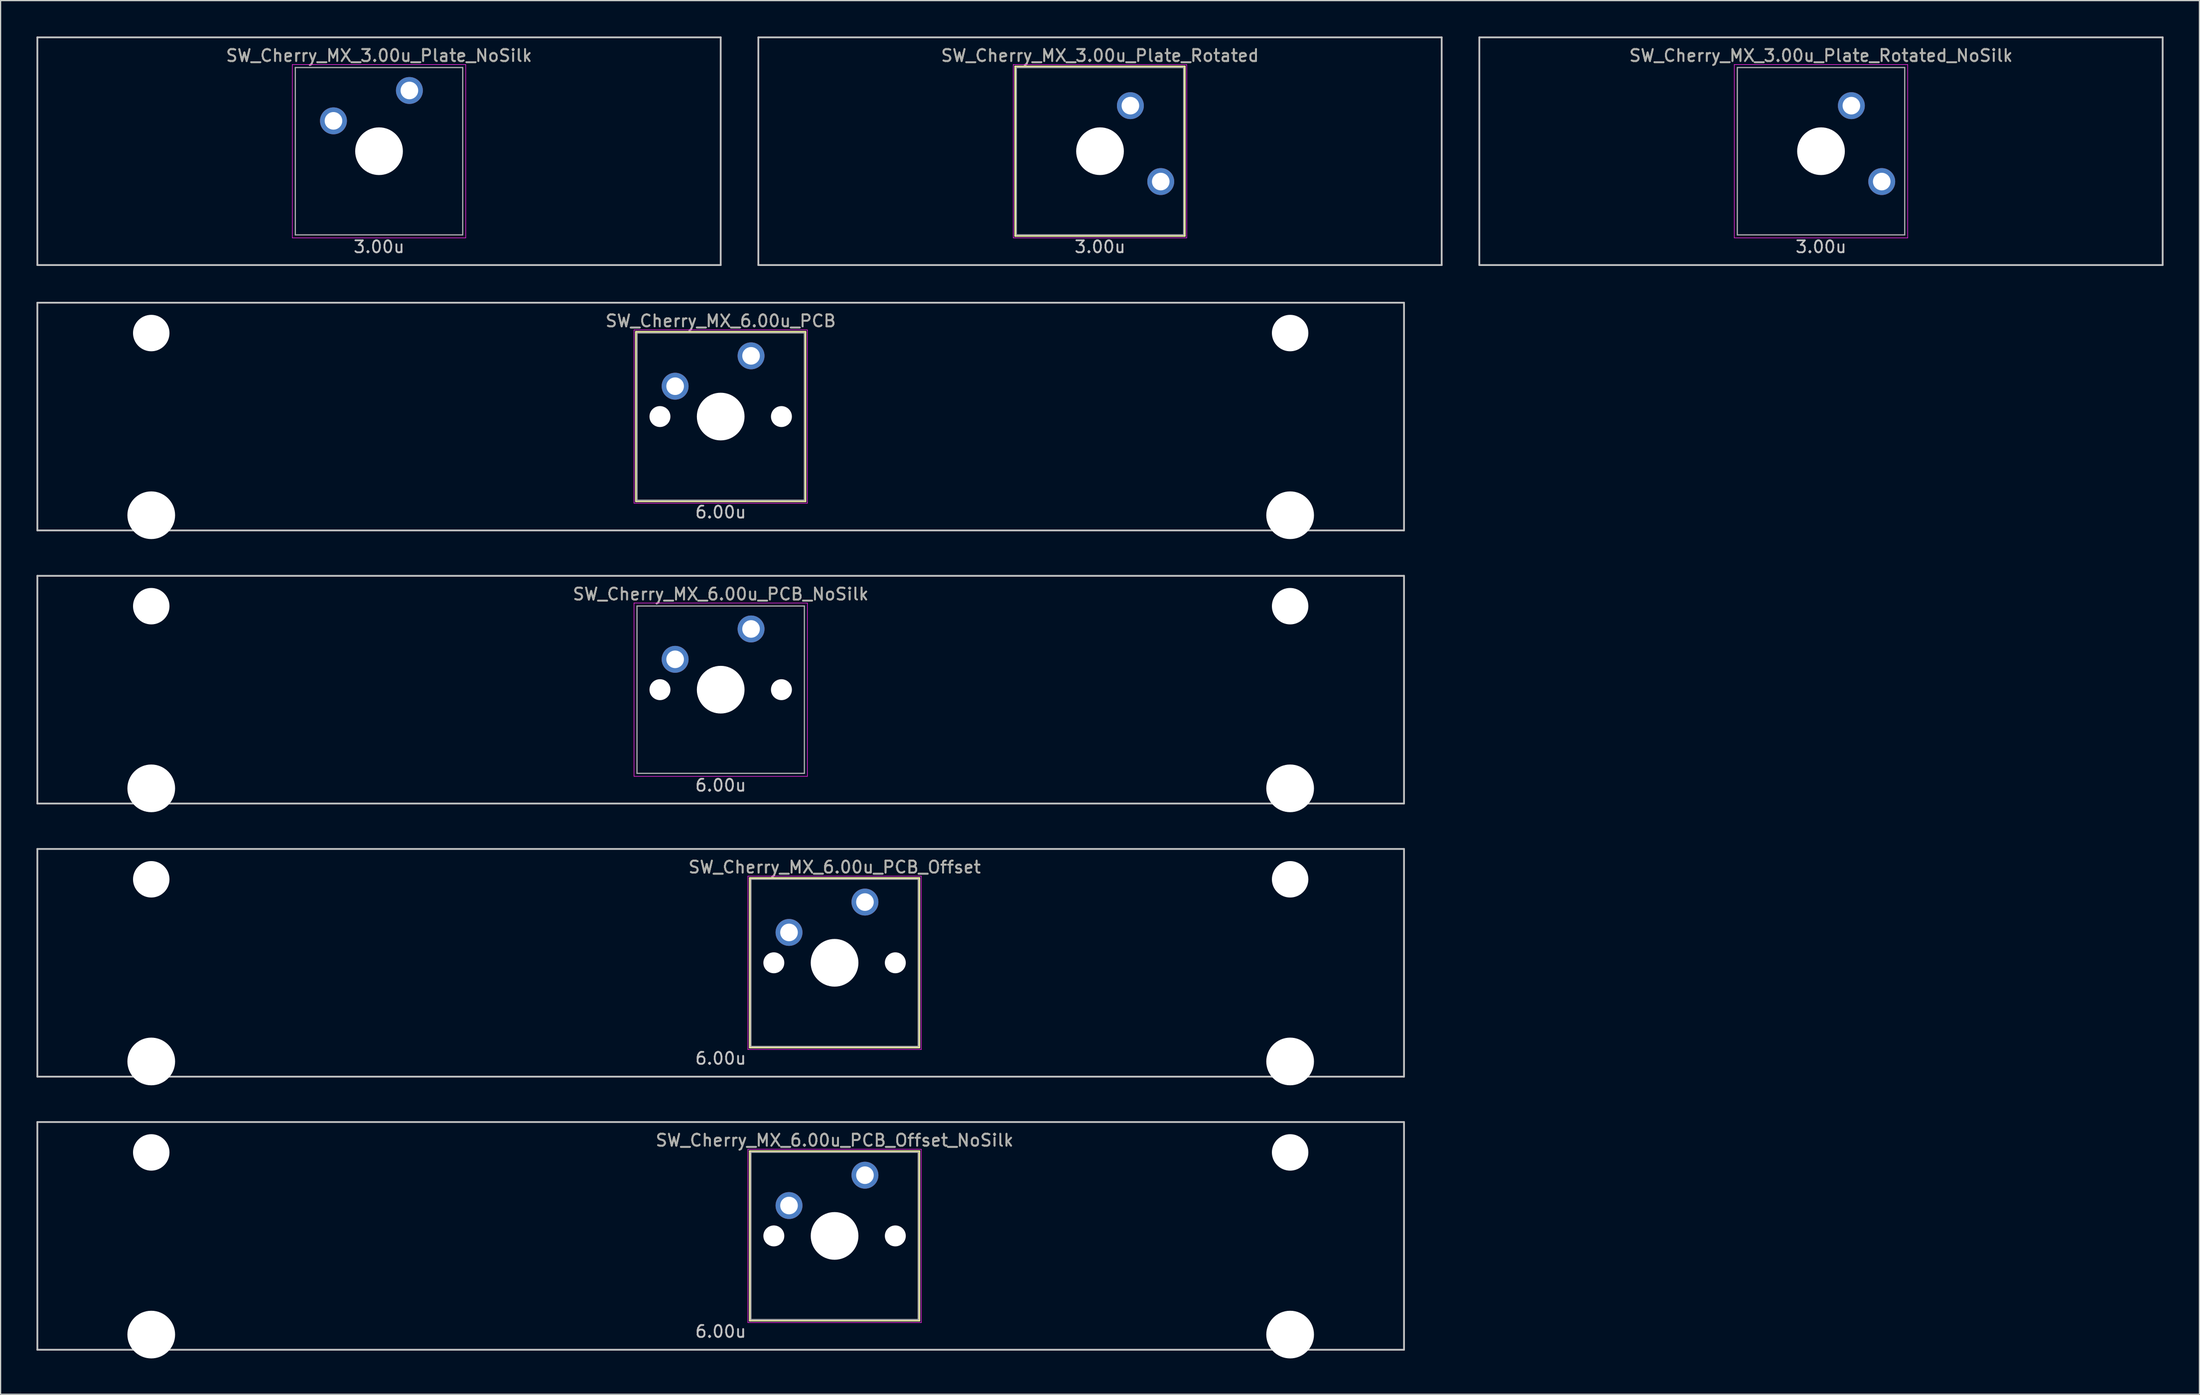
<source format=kicad_pcb>
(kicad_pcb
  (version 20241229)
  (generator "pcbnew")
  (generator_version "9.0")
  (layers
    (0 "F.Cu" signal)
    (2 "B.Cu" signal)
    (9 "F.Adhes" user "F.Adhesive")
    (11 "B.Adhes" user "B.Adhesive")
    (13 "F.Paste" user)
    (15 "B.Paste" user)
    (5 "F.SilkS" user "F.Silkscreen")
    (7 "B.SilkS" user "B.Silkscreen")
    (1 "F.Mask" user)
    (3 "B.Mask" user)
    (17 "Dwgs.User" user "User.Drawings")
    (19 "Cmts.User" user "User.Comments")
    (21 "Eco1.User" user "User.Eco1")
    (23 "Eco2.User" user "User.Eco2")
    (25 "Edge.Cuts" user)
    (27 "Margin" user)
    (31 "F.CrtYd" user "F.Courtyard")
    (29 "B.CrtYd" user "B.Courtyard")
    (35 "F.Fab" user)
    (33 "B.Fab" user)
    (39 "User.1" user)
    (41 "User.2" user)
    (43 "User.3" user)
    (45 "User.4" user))
  (footprint "SW_Cherry_MX_3.00u_Plate_Rotated"
    (layer "F.Cu")
    (at 88.95 9.6)
    (property "Reference" "SW_Cherry_MX_3.00u_Plate_Rotated" (at 0 -8 0) (layer "F.SilkS") (effects (font (size 1 1) (thickness 0.15))))
    (attr through_hole)
    (fp_line (start -7.1 -7.1) (end 7.1 -7.1) (stroke (width 0.12) (type solid)) (layer "F.SilkS"))
    (fp_line (start -7.1 7.1) (end -7.1 -7.1) (stroke (width 0.12) (type solid)) (layer "F.SilkS"))
    (fp_line (start 7.1 -7.1) (end 7.1 7.1) (stroke (width 0.12) (type solid)) (layer "F.SilkS"))
    (fp_line (start 7.1 7.1) (end -7.1 7.1) (stroke (width 0.12) (type solid)) (layer "F.SilkS"))
    (fp_line (start -28.575 -9.525) (end 28.575 -9.525) (stroke (width 0.15) (type solid)) (layer "Dwgs.User"))
    (fp_line (start -28.575 9.525) (end -28.575 -9.525) (stroke (width 0.15) (type solid)) (layer "Dwgs.User"))
    (fp_line (start -28.575 9.525) (end 28.575 9.525) (stroke (width 0.15) (type solid)) (layer "Dwgs.User"))
    (fp_line (start 28.575 -9.525) (end 28.575 9.525) (stroke (width 0.15) (type solid)) (layer "Dwgs.User"))
    (fp_line (start -7.25 -7.25) (end 7.25 -7.25) (stroke (width 0.05) (type solid)) (layer "F.CrtYd"))
    (fp_line (start -7.25 7.25) (end -7.25 -7.25) (stroke (width 0.05) (type solid)) (layer "F.CrtYd"))
    (fp_line (start 7.25 -7.25) (end 7.25 7.25) (stroke (width 0.05) (type solid)) (layer "F.CrtYd"))
    (fp_line (start 7.25 7.25) (end -7.25 7.25) (stroke (width 0.05) (type solid)) (layer "F.CrtYd"))
    (fp_line (start -7 -7) (end 7 -7) (stroke (width 0.1) (type solid)) (layer "F.Fab"))
    (fp_line (start -7 7) (end -7 -7) (stroke (width 0.1) (type solid)) (layer "F.Fab"))
    (fp_line (start 7 -7) (end 7 7) (stroke (width 0.1) (type solid)) (layer "F.Fab"))
    (fp_line (start 7 7) (end -7 7) (stroke (width 0.1) (type solid)) (layer "F.Fab"))
    (fp_text user "3.00u" (at 0 8 0) (layer "Dwgs.User") (effects (font (size 1 1) (thickness 0.15))))
    (fp_text user "${REFERENCE}" (at 0 -8 0) (layer "F.Fab") (effects (font (size 1 1) (thickness 0.15))))
    (pad "" np_thru_hole circle (at 0 0 270) (size 3.988 3.988) (drill 3.988) (layers "*.Cu" "*.Mask"))
    (pad "1" thru_hole circle (at 2.54 -3.81 318.1) (size 2.25 2.25) (drill 1.47) (layers "*.Cu" "B.Mask"))
    (pad "2" thru_hole circle (at 5.08 2.54 270) (size 2.25 2.25) (drill 1.47) (layers "*.Cu" "B.Mask")))
  (footprint "SW_Cherry_MX_6.00u_PCB_Offset_NoSilk"
    (layer "F.Cu")
    (at 57.225 100.347)
    (property "Reference" "SW_Cherry_MX_6.00u_PCB_Offset_NoSilk" (at 9.525 -8 0) (layer "F.SilkS") (effects (font (size 1 1) (thickness 0.15))))
    (attr through_hole)
    (fp_line (start 2.425 -7.1) (end 16.625 -7.1) (stroke (width 0.12) (type solid)) (layer "F.SilkS"))
    (fp_line (start 2.425 7.1) (end 2.425 -7.1) (stroke (width 0.12) (type solid)) (layer "F.SilkS"))
    (fp_line (start 16.625 -7.1) (end 16.625 7.1) (stroke (width 0.12) (type solid)) (layer "F.SilkS"))
    (fp_line (start 16.625 7.1) (end 2.425 7.1) (stroke (width 0.12) (type solid)) (layer "F.SilkS"))
    (fp_line (start -57.15 -9.525) (end 57.15 -9.525) (stroke (width 0.15) (type solid)) (layer "Dwgs.User"))
    (fp_line (start -57.15 9.525) (end -57.15 -9.525) (stroke (width 0.15) (type solid)) (layer "Dwgs.User"))
    (fp_line (start -57.15 9.525) (end 57.15 9.525) (stroke (width 0.15) (type solid)) (layer "Dwgs.User"))
    (fp_line (start 57.15 -9.525) (end 57.15 9.525) (stroke (width 0.15) (type solid)) (layer "Dwgs.User"))
    (fp_line (start 2.275 -7.25) (end 16.775 -7.25) (stroke (width 0.05) (type solid)) (layer "F.CrtYd"))
    (fp_line (start 2.275 7.25) (end 2.275 -7.25) (stroke (width 0.05) (type solid)) (layer "F.CrtYd"))
    (fp_line (start 16.775 -7.25) (end 16.775 7.25) (stroke (width 0.05) (type solid)) (layer "F.CrtYd"))
    (fp_line (start 16.775 7.25) (end 2.275 7.25) (stroke (width 0.05) (type solid)) (layer "F.CrtYd"))
    (fp_line (start 2.525 -7) (end 16.525 -7) (stroke (width 0.1) (type solid)) (layer "F.Fab"))
    (fp_line (start 2.525 7) (end 2.525 -7) (stroke (width 0.1) (type solid)) (layer "F.Fab"))
    (fp_line (start 16.525 -7) (end 16.525 7) (stroke (width 0.1) (type solid)) (layer "F.Fab"))
    (fp_line (start 16.525 7) (end 2.525 7) (stroke (width 0.1) (type solid)) (layer "F.Fab"))
    (fp_text user "6.00u" (at 0 8 0) (layer "Dwgs.User") (effects (font (size 1 1) (thickness 0.15))))
    (fp_text user "${REFERENCE}" (at 9.525 -8 0) (layer "F.Fab") (effects (font (size 1 1) (thickness 0.15))))
    (pad "" np_thru_hole circle (at -47.625 -6.985) (size 3.048 3.048) (drill 3.048) (layers "*.Cu" "*.Mask"))
    (pad "" np_thru_hole circle (at -47.625 8.255) (size 3.988 3.988) (drill 3.988) (layers "*.Cu" "*.Mask"))
    (pad "" np_thru_hole circle (at 4.445 0 48.1) (size 1.75 1.75) (drill 1.75) (layers "*.Cu" "*.Mask"))
    (pad "" np_thru_hole circle (at 9.525 0) (size 3.988 3.988) (drill 3.988) (layers "*.Cu" "*.Mask"))
    (pad "" np_thru_hole circle (at 14.605 0 48.1) (size 1.75 1.75) (drill 1.75) (layers "*.Cu" "*.Mask"))
    (pad "" np_thru_hole circle (at 47.625 -6.985) (size 3.048 3.048) (drill 3.048) (layers "*.Cu" "*.Mask"))
    (pad "" np_thru_hole circle (at 47.625 8.255) (size 3.988 3.988) (drill 3.988) (layers "*.Cu" "*.Mask"))
    (pad "1" thru_hole circle (at 5.715 -2.54) (size 2.25 2.25) (drill 1.47) (layers "*.Cu" "B.Mask"))
    (pad "2" thru_hole circle (at 12.065 -5.08) (size 2.25 2.25) (drill 1.47) (layers "*.Cu" "B.Mask")))
  (footprint "SW_Cherry_MX_6.00u_PCB"
    (layer "F.Cu")
    (at 57.225 31.8)
    (property "Reference" "SW_Cherry_MX_6.00u_PCB" (at 0 -8 0) (layer "F.SilkS") (effects (font (size 1 1) (thickness 0.15))))
    (attr through_hole)
    (fp_line (start -7.1 -7.1) (end 7.1 -7.1) (stroke (width 0.12) (type solid)) (layer "F.SilkS"))
    (fp_line (start -7.1 7.1) (end -7.1 -7.1) (stroke (width 0.12) (type solid)) (layer "F.SilkS"))
    (fp_line (start 7.1 -7.1) (end 7.1 7.1) (stroke (width 0.12) (type solid)) (layer "F.SilkS"))
    (fp_line (start 7.1 7.1) (end -7.1 7.1) (stroke (width 0.12) (type solid)) (layer "F.SilkS"))
    (fp_line (start -57.15 -9.525) (end 57.15 -9.525) (stroke (width 0.15) (type solid)) (layer "Dwgs.User"))
    (fp_line (start -57.15 9.525) (end -57.15 -9.525) (stroke (width 0.15) (type solid)) (layer "Dwgs.User"))
    (fp_line (start -57.15 9.525) (end 57.15 9.525) (stroke (width 0.15) (type solid)) (layer "Dwgs.User"))
    (fp_line (start 57.15 -9.525) (end 57.15 9.525) (stroke (width 0.15) (type solid)) (layer "Dwgs.User"))
    (fp_line (start -7.25 -7.25) (end 7.25 -7.25) (stroke (width 0.05) (type solid)) (layer "F.CrtYd"))
    (fp_line (start -7.25 7.25) (end -7.25 -7.25) (stroke (width 0.05) (type solid)) (layer "F.CrtYd"))
    (fp_line (start 7.25 -7.25) (end 7.25 7.25) (stroke (width 0.05) (type solid)) (layer "F.CrtYd"))
    (fp_line (start 7.25 7.25) (end -7.25 7.25) (stroke (width 0.05) (type solid)) (layer "F.CrtYd"))
    (fp_line (start -7 -7) (end 7 -7) (stroke (width 0.1) (type solid)) (layer "F.Fab"))
    (fp_line (start -7 7) (end -7 -7) (stroke (width 0.1) (type solid)) (layer "F.Fab"))
    (fp_line (start 7 -7) (end 7 7) (stroke (width 0.1) (type solid)) (layer "F.Fab"))
    (fp_line (start 7 7) (end -7 7) (stroke (width 0.1) (type solid)) (layer "F.Fab"))
    (fp_text user "6.00u" (at 0 8 0) (layer "Dwgs.User") (effects (font (size 1 1) (thickness 0.15))))
    (fp_text user "${REFERENCE}" (at 0 -8 0) (layer "F.Fab") (effects (font (size 1 1) (thickness 0.15))))
    (pad "" np_thru_hole circle (at -47.625 -6.985) (size 3.048 3.048) (drill 3.048) (layers "*.Cu" "*.Mask"))
    (pad "" np_thru_hole circle (at -47.625 8.255) (size 3.988 3.988) (drill 3.988) (layers "*.Cu" "*.Mask"))
    (pad "" np_thru_hole circle (at -5.08 0 48.1) (size 1.75 1.75) (drill 1.75) (layers "*.Cu" "*.Mask"))
    (pad "" np_thru_hole circle (at 0 0) (size 3.988 3.988) (drill 3.988) (layers "*.Cu" "*.Mask"))
    (pad "" np_thru_hole circle (at 5.08 0 48.1) (size 1.75 1.75) (drill 1.75) (layers "*.Cu" "*.Mask"))
    (pad "" np_thru_hole circle (at 47.625 -6.985) (size 3.048 3.048) (drill 3.048) (layers "*.Cu" "*.Mask"))
    (pad "" np_thru_hole circle (at 47.625 8.255) (size 3.988 3.988) (drill 3.988) (layers "*.Cu" "*.Mask"))
    (pad "1" thru_hole circle (at -3.81 -2.54) (size 2.25 2.25) (drill 1.47) (layers "*.Cu" "B.Mask"))
    (pad "2" thru_hole circle (at 2.54 -5.08) (size 2.25 2.25) (drill 1.47) (layers "*.Cu" "B.Mask")))
  (footprint "SW_Cherry_MX_3.00u_Plate_NoSilk"
    (layer "F.Cu")
    (at 28.65 9.6)
    (property "Reference" "SW_Cherry_MX_3.00u_Plate_NoSilk" (at 0 -8 0) (layer "F.SilkS") (effects (font (size 1 1) (thickness 0.15))))
    (attr through_hole)
    (fp_line (start -28.575 -9.525) (end 28.575 -9.525) (stroke (width 0.15) (type solid)) (layer "Dwgs.User"))
    (fp_line (start -28.575 9.525) (end -28.575 -9.525) (stroke (width 0.15) (type solid)) (layer "Dwgs.User"))
    (fp_line (start -28.575 9.525) (end 28.575 9.525) (stroke (width 0.15) (type solid)) (layer "Dwgs.User"))
    (fp_line (start 28.575 -9.525) (end 28.575 9.525) (stroke (width 0.15) (type solid)) (layer "Dwgs.User"))
    (fp_line (start -7.25 -7.25) (end 7.25 -7.25) (stroke (width 0.05) (type solid)) (layer "F.CrtYd"))
    (fp_line (start -7.25 7.25) (end -7.25 -7.25) (stroke (width 0.05) (type solid)) (layer "F.CrtYd"))
    (fp_line (start 7.25 -7.25) (end 7.25 7.25) (stroke (width 0.05) (type solid)) (layer "F.CrtYd"))
    (fp_line (start 7.25 7.25) (end -7.25 7.25) (stroke (width 0.05) (type solid)) (layer "F.CrtYd"))
    (fp_line (start -7 -7) (end 7 -7) (stroke (width 0.1) (type solid)) (layer "F.Fab"))
    (fp_line (start -7 7) (end -7 -7) (stroke (width 0.1) (type solid)) (layer "F.Fab"))
    (fp_line (start 7 -7) (end 7 7) (stroke (width 0.1) (type solid)) (layer "F.Fab"))
    (fp_line (start 7 7) (end -7 7) (stroke (width 0.1) (type solid)) (layer "F.Fab"))
    (fp_text user "3.00u" (at 0 8 0) (layer "Dwgs.User") (effects (font (size 1 1) (thickness 0.15))))
    (fp_text user "${REFERENCE}" (at 0 -8 0) (layer "F.Fab") (effects (font (size 1 1) (thickness 0.15))))
    (pad "" np_thru_hole circle (at 0 0) (size 3.988 3.988) (drill 3.988) (layers "*.Cu" "*.Mask"))
    (pad "1" thru_hole circle (at -3.81 -2.54 48.1) (size 2.25 2.25) (drill 1.47) (layers "*.Cu" "B.Mask"))
    (pad "2" thru_hole circle (at 2.54 -5.08) (size 2.25 2.25) (drill 1.47) (layers "*.Cu" "B.Mask")))
  (footprint "SW_Cherry_MX_6.00u_PCB_NoSilk"
    (layer "F.Cu")
    (at 57.225 54.649)
    (property "Reference" "SW_Cherry_MX_6.00u_PCB_NoSilk" (at 0 -8 0) (layer "F.SilkS") (effects (font (size 1 1) (thickness 0.15))))
    (attr through_hole)
    (fp_line (start -57.15 -9.525) (end 57.15 -9.525) (stroke (width 0.15) (type solid)) (layer "Dwgs.User"))
    (fp_line (start -57.15 9.525) (end -57.15 -9.525) (stroke (width 0.15) (type solid)) (layer "Dwgs.User"))
    (fp_line (start -57.15 9.525) (end 57.15 9.525) (stroke (width 0.15) (type solid)) (layer "Dwgs.User"))
    (fp_line (start 57.15 -9.525) (end 57.15 9.525) (stroke (width 0.15) (type solid)) (layer "Dwgs.User"))
    (fp_line (start -7.25 -7.25) (end 7.25 -7.25) (stroke (width 0.05) (type solid)) (layer "F.CrtYd"))
    (fp_line (start -7.25 7.25) (end -7.25 -7.25) (stroke (width 0.05) (type solid)) (layer "F.CrtYd"))
    (fp_line (start 7.25 -7.25) (end 7.25 7.25) (stroke (width 0.05) (type solid)) (layer "F.CrtYd"))
    (fp_line (start 7.25 7.25) (end -7.25 7.25) (stroke (width 0.05) (type solid)) (layer "F.CrtYd"))
    (fp_line (start -7 -7) (end 7 -7) (stroke (width 0.1) (type solid)) (layer "F.Fab"))
    (fp_line (start -7 7) (end -7 -7) (stroke (width 0.1) (type solid)) (layer "F.Fab"))
    (fp_line (start 7 -7) (end 7 7) (stroke (width 0.1) (type solid)) (layer "F.Fab"))
    (fp_line (start 7 7) (end -7 7) (stroke (width 0.1) (type solid)) (layer "F.Fab"))
    (fp_text user "6.00u" (at 0 8 0) (layer "Dwgs.User") (effects (font (size 1 1) (thickness 0.15))))
    (fp_text user "${REFERENCE}" (at 0 -8 0) (layer "F.Fab") (effects (font (size 1 1) (thickness 0.15))))
    (pad "" np_thru_hole circle (at -47.625 -6.985) (size 3.048 3.048) (drill 3.048) (layers "*.Cu" "*.Mask"))
    (pad "" np_thru_hole circle (at -47.625 8.255) (size 3.988 3.988) (drill 3.988) (layers "*.Cu" "*.Mask"))
    (pad "" np_thru_hole circle (at -5.08 0 48.1) (size 1.75 1.75) (drill 1.75) (layers "*.Cu" "*.Mask"))
    (pad "" np_thru_hole circle (at 0 0) (size 3.988 3.988) (drill 3.988) (layers "*.Cu" "*.Mask"))
    (pad "" np_thru_hole circle (at 5.08 0 48.1) (size 1.75 1.75) (drill 1.75) (layers "*.Cu" "*.Mask"))
    (pad "" np_thru_hole circle (at 47.625 -6.985) (size 3.048 3.048) (drill 3.048) (layers "*.Cu" "*.Mask"))
    (pad "" np_thru_hole circle (at 47.625 8.255) (size 3.988 3.988) (drill 3.988) (layers "*.Cu" "*.Mask"))
    (pad "1" thru_hole circle (at -3.81 -2.54) (size 2.25 2.25) (drill 1.47) (layers "*.Cu" "B.Mask"))
    (pad "2" thru_hole circle (at 2.54 -5.08) (size 2.25 2.25) (drill 1.47) (layers "*.Cu" "B.Mask")))
  (footprint "SW_Cherry_MX_6.00u_PCB_Offset"
    (layer "F.Cu")
    (at 57.225 77.498)
    (property "Reference" "SW_Cherry_MX_6.00u_PCB_Offset" (at 9.525 -8 0) (layer "F.SilkS") (effects (font (size 1 1) (thickness 0.15))))
    (attr through_hole)
    (fp_line (start 2.425 -7.1) (end 16.625 -7.1) (stroke (width 0.12) (type solid)) (layer "F.SilkS"))
    (fp_line (start 2.425 7.1) (end 2.425 -7.1) (stroke (width 0.12) (type solid)) (layer "F.SilkS"))
    (fp_line (start 16.625 -7.1) (end 16.625 7.1) (stroke (width 0.12) (type solid)) (layer "F.SilkS"))
    (fp_line (start 16.625 7.1) (end 2.425 7.1) (stroke (width 0.12) (type solid)) (layer "F.SilkS"))
    (fp_line (start -57.15 -9.525) (end 57.15 -9.525) (stroke (width 0.15) (type solid)) (layer "Dwgs.User"))
    (fp_line (start -57.15 9.525) (end -57.15 -9.525) (stroke (width 0.15) (type solid)) (layer "Dwgs.User"))
    (fp_line (start -57.15 9.525) (end 57.15 9.525) (stroke (width 0.15) (type solid)) (layer "Dwgs.User"))
    (fp_line (start 57.15 -9.525) (end 57.15 9.525) (stroke (width 0.15) (type solid)) (layer "Dwgs.User"))
    (fp_line (start 2.275 -7.25) (end 16.775 -7.25) (stroke (width 0.05) (type solid)) (layer "F.CrtYd"))
    (fp_line (start 2.275 7.25) (end 2.275 -7.25) (stroke (width 0.05) (type solid)) (layer "F.CrtYd"))
    (fp_line (start 16.775 -7.25) (end 16.775 7.25) (stroke (width 0.05) (type solid)) (layer "F.CrtYd"))
    (fp_line (start 16.775 7.25) (end 2.275 7.25) (stroke (width 0.05) (type solid)) (layer "F.CrtYd"))
    (fp_line (start 2.525 -7) (end 16.525 -7) (stroke (width 0.1) (type solid)) (layer "F.Fab"))
    (fp_line (start 2.525 7) (end 2.525 -7) (stroke (width 0.1) (type solid)) (layer "F.Fab"))
    (fp_line (start 16.525 -7) (end 16.525 7) (stroke (width 0.1) (type solid)) (layer "F.Fab"))
    (fp_line (start 16.525 7) (end 2.525 7) (stroke (width 0.1) (type solid)) (layer "F.Fab"))
    (fp_text user "6.00u" (at 0 8 0) (layer "Dwgs.User") (effects (font (size 1 1) (thickness 0.15))))
    (fp_text user "${REFERENCE}" (at 9.525 -8 0) (layer "F.Fab") (effects (font (size 1 1) (thickness 0.15))))
    (pad "" np_thru_hole circle (at -47.625 -6.985) (size 3.048 3.048) (drill 3.048) (layers "*.Cu" "*.Mask"))
    (pad "" np_thru_hole circle (at -47.625 8.255) (size 3.988 3.988) (drill 3.988) (layers "*.Cu" "*.Mask"))
    (pad "" np_thru_hole circle (at 4.445 0 48.1) (size 1.75 1.75) (drill 1.75) (layers "*.Cu" "*.Mask"))
    (pad "" np_thru_hole circle (at 9.525 0) (size 3.988 3.988) (drill 3.988) (layers "*.Cu" "*.Mask"))
    (pad "" np_thru_hole circle (at 14.605 0 48.1) (size 1.75 1.75) (drill 1.75) (layers "*.Cu" "*.Mask"))
    (pad "" np_thru_hole circle (at 47.625 -6.985) (size 3.048 3.048) (drill 3.048) (layers "*.Cu" "*.Mask"))
    (pad "" np_thru_hole circle (at 47.625 8.255) (size 3.988 3.988) (drill 3.988) (layers "*.Cu" "*.Mask"))
    (pad "1" thru_hole circle (at 5.715 -2.54) (size 2.25 2.25) (drill 1.47) (layers "*.Cu" "B.Mask"))
    (pad "2" thru_hole circle (at 12.065 -5.08) (size 2.25 2.25) (drill 1.47) (layers "*.Cu" "B.Mask")))
  (footprint "SW_Cherry_MX_3.00u_Plate_Rotated_NoSilk"
    (layer "F.Cu")
    (at 149.25 9.6)
    (property "Reference" "SW_Cherry_MX_3.00u_Plate_Rotated_NoSilk" (at 0 -8 0) (layer "F.SilkS") (effects (font (size 1 1) (thickness 0.15))))
    (attr through_hole)
    (fp_line (start -28.575 -9.525) (end 28.575 -9.525) (stroke (width 0.15) (type solid)) (layer "Dwgs.User"))
    (fp_line (start -28.575 9.525) (end -28.575 -9.525) (stroke (width 0.15) (type solid)) (layer "Dwgs.User"))
    (fp_line (start -28.575 9.525) (end 28.575 9.525) (stroke (width 0.15) (type solid)) (layer "Dwgs.User"))
    (fp_line (start 28.575 -9.525) (end 28.575 9.525) (stroke (width 0.15) (type solid)) (layer "Dwgs.User"))
    (fp_line (start -7.25 -7.25) (end 7.25 -7.25) (stroke (width 0.05) (type solid)) (layer "F.CrtYd"))
    (fp_line (start -7.25 7.25) (end -7.25 -7.25) (stroke (width 0.05) (type solid)) (layer "F.CrtYd"))
    (fp_line (start 7.25 -7.25) (end 7.25 7.25) (stroke (width 0.05) (type solid)) (layer "F.CrtYd"))
    (fp_line (start 7.25 7.25) (end -7.25 7.25) (stroke (width 0.05) (type solid)) (layer "F.CrtYd"))
    (fp_line (start -7 -7) (end 7 -7) (stroke (width 0.1) (type solid)) (layer "F.Fab"))
    (fp_line (start -7 7) (end -7 -7) (stroke (width 0.1) (type solid)) (layer "F.Fab"))
    (fp_line (start 7 -7) (end 7 7) (stroke (width 0.1) (type solid)) (layer "F.Fab"))
    (fp_line (start 7 7) (end -7 7) (stroke (width 0.1) (type solid)) (layer "F.Fab"))
    (fp_text user "3.00u" (at 0 8 0) (layer "Dwgs.User") (effects (font (size 1 1) (thickness 0.15))))
    (fp_text user "${REFERENCE}" (at 0 -8 0) (layer "F.Fab") (effects (font (size 1 1) (thickness 0.15))))
    (pad "" np_thru_hole circle (at 0 0 270) (size 3.988 3.988) (drill 3.988) (layers "*.Cu" "*.Mask"))
    (pad "1" thru_hole circle (at 2.54 -3.81 318.1) (size 2.25 2.25) (drill 1.47) (layers "*.Cu" "B.Mask"))
    (pad "2" thru_hole circle (at 5.08 2.54 270) (size 2.25 2.25) (drill 1.47) (layers "*.Cu" "B.Mask")))
  (gr_rect
    (start -3 -3)
    (end 180.9 113.596)
    (stroke (width 0.1) (type default))
    (fill no)
    (layer "Edge.Cuts")))
</source>
